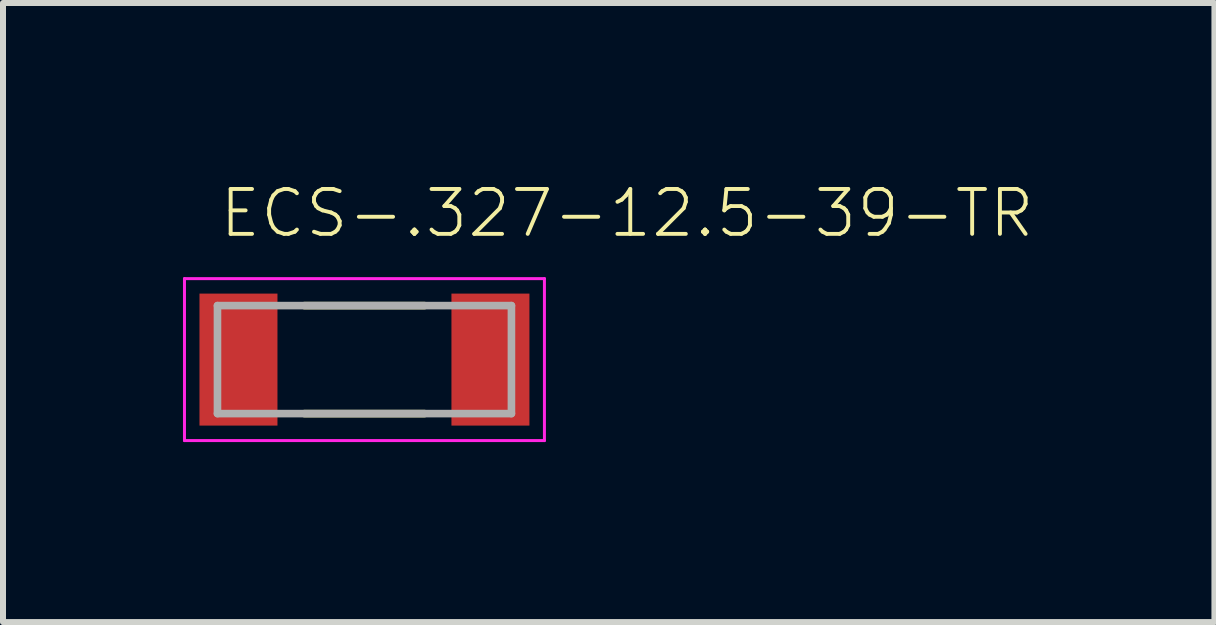
<source format=kicad_pcb>
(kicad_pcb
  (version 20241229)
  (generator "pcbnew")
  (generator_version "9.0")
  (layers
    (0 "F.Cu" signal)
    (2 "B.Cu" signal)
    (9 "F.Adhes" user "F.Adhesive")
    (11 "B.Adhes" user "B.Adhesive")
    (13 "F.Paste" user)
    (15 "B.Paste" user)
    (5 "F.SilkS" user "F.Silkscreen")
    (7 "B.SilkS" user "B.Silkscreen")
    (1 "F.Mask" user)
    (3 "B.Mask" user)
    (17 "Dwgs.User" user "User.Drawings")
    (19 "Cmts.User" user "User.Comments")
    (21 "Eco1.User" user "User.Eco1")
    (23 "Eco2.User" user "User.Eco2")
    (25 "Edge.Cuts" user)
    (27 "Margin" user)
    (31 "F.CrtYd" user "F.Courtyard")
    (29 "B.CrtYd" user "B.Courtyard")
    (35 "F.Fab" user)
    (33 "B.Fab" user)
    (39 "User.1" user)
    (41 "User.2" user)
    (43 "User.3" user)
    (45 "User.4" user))
  (footprint "ECS-.327-12.5-39-TR"
    (layer "F.Cu")
    (at 3.025 2.944)
    (property "Reference" "ECS-.327-12.5-39-TR" (at -2.451 -2.001 0) (layer "F.SilkS") (effects (font (size 0.748 0.748) (thickness 0.065)) (justify left bottom)))
    (fp_line (start -1 -0.9) (end 1 -0.9) (stroke (width 0.127) (type solid)) (layer "F.SilkS"))
    (fp_line (start -1 0.9) (end 1 0.9) (stroke (width 0.127) (type solid)) (layer "F.SilkS"))
    (fp_line (start -3 -1.35) (end -3 1.35) (stroke (width 0.05) (type solid)) (layer "F.CrtYd"))
    (fp_line (start -3 1.35) (end 3 1.35) (stroke (width 0.05) (type solid)) (layer "F.CrtYd"))
    (fp_line (start 3 -1.35) (end -3 -1.35) (stroke (width 0.05) (type solid)) (layer "F.CrtYd"))
    (fp_line (start 3 1.35) (end 3 -1.35) (stroke (width 0.05) (type solid)) (layer "F.CrtYd"))
    (fp_line (start -2.45 -0.9) (end 2.45 -0.9) (stroke (width 0.127) (type solid)) (layer "F.Fab"))
    (fp_line (start -2.45 0.9) (end -2.45 -0.9) (stroke (width 0.127) (type solid)) (layer "F.Fab"))
    (fp_line (start -2.45 0.9) (end 2.45 0.9) (stroke (width 0.127) (type solid)) (layer "F.Fab"))
    (fp_line (start 2.45 -0.9) (end 2.45 0.9) (stroke (width 0.127) (type solid)) (layer "F.Fab"))
    (pad "1" smd rect (at -2.1 0) (size 1.3 2.2) (layers "F.Cu" "F.Mask" "F.Paste"))
    (pad "2" smd rect (at 2.1 0) (size 1.3 2.2) (layers "F.Cu" "F.Mask" "F.Paste")))
  (gr_rect
    (start -3 -3)
    (end 17.193 7.319)
    (stroke (width 0.1) (type default))
    (fill no)
    (layer "Edge.Cuts")))
</source>
